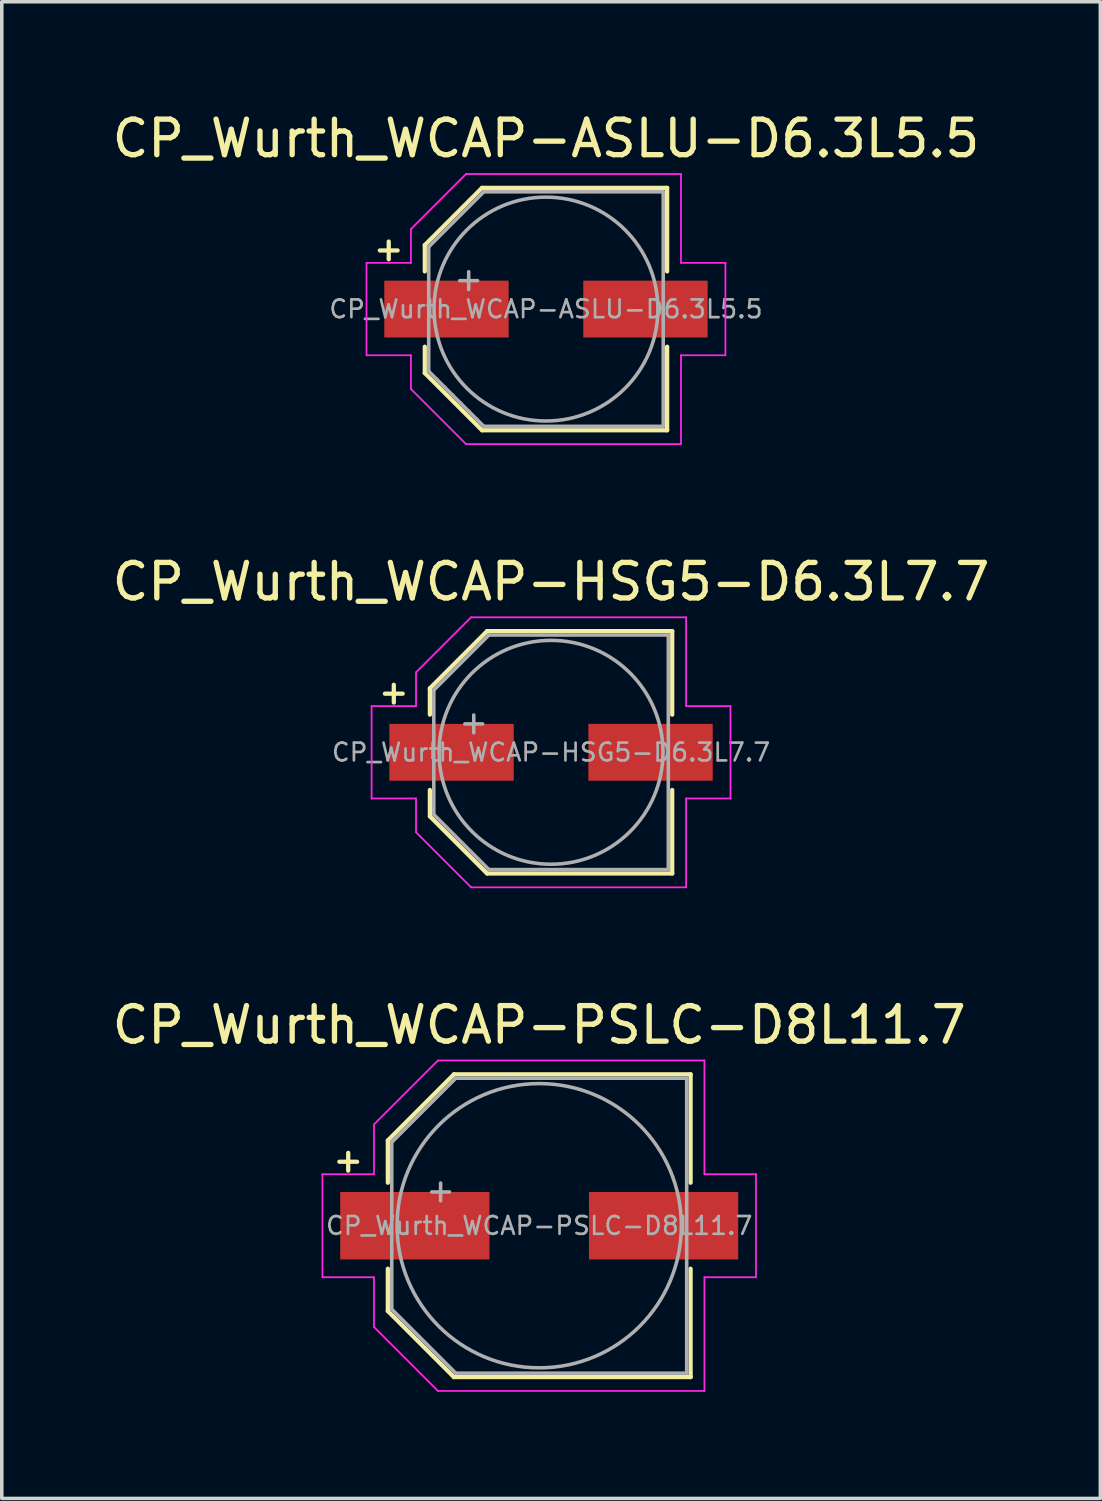
<source format=kicad_pcb>
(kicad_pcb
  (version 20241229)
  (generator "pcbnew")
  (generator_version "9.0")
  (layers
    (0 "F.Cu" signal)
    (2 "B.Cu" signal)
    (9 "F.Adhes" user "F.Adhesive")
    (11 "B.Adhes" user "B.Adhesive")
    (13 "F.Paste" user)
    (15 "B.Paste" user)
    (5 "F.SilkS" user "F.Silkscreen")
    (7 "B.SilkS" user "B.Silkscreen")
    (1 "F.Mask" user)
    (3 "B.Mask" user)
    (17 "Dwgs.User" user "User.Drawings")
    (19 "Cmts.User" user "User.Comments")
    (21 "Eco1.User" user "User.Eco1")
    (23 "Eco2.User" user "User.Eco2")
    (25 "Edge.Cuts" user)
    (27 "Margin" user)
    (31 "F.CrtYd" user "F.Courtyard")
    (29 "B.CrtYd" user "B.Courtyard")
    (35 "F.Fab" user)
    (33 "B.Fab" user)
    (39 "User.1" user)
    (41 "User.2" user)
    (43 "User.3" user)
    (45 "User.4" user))
  (footprint "CP_Wurth_WCAP-PSLC-D8L11.7"
    (layer "F.Cu")
    (at 12.125 31.445)
    (property "Reference" "CP_Wurth_WCAP-PSLC-D8L11.7" (at 0 -5.65 0) (unlocked yes) (layer "F.SilkS") (effects (font (size 1 1) (thickness 0.15))))
    (attr smd)
    (fp_line (start -5.375 -1.55) (end -5.375 -2.05) (stroke (width 0.12) (type solid)) (layer "F.SilkS"))
    (fp_line (start -5.125 -1.8) (end -5.625 -1.8) (stroke (width 0.12) (type solid)) (layer "F.SilkS"))
    (fp_line (start -4.26 -2.4) (end -4.26 -1.21) (stroke (width 0.12) (type default)) (layer "F.SilkS"))
    (fp_line (start -4.26 -2.4) (end -2.4 -4.26) (stroke (width 0.12) (type default)) (layer "F.SilkS"))
    (fp_line (start -4.26 2.4) (end -4.26 1.21) (stroke (width 0.12) (type default)) (layer "F.SilkS"))
    (fp_line (start -4.26 2.4) (end -2.4 4.26) (stroke (width 0.12) (type default)) (layer "F.SilkS"))
    (fp_line (start -2.4 -4.26) (end 4.26 -4.26) (stroke (width 0.12) (type solid)) (layer "F.SilkS"))
    (fp_line (start -2.4 4.26) (end 4.26 4.26) (stroke (width 0.12) (type solid)) (layer "F.SilkS"))
    (fp_line (start 4.26 -4.26) (end 4.26 -1.21) (stroke (width 0.12) (type default)) (layer "F.SilkS"))
    (fp_line (start 4.26 1.21) (end 4.26 4.26) (stroke (width 0.12) (type default)) (layer "F.SilkS"))
    (fp_line (start -6.1 -1.45) (end -6.1 1.45) (stroke (width 0.05) (type default)) (layer "F.CrtYd"))
    (fp_line (start -6.1 -1.45) (end -4.65 -1.45) (stroke (width 0.05) (type default)) (layer "F.CrtYd"))
    (fp_line (start -6.1 1.45) (end -4.65 1.45) (stroke (width 0.05) (type default)) (layer "F.CrtYd"))
    (fp_line (start -4.65 -2.85) (end -4.65 -1.45) (stroke (width 0.05) (type default)) (layer "F.CrtYd"))
    (fp_line (start -4.65 -2.85) (end -2.85 -4.65) (stroke (width 0.05) (type default)) (layer "F.CrtYd"))
    (fp_line (start -4.65 1.45) (end -4.65 2.85) (stroke (width 0.05) (type default)) (layer "F.CrtYd"))
    (fp_line (start -4.65 2.85) (end -2.85 4.65) (stroke (width 0.05) (type default)) (layer "F.CrtYd"))
    (fp_line (start -2.85 -4.65) (end 4.65 -4.65) (stroke (width 0.05) (type default)) (layer "F.CrtYd"))
    (fp_line (start -2.85 4.65) (end 4.65 4.65) (stroke (width 0.05) (type default)) (layer "F.CrtYd"))
    (fp_line (start 4.65 -4.65) (end 4.65 -1.45) (stroke (width 0.05) (type default)) (layer "F.CrtYd"))
    (fp_line (start 4.65 -1.45) (end 6.1 -1.45) (stroke (width 0.05) (type default)) (layer "F.CrtYd"))
    (fp_line (start 4.65 1.45) (end 4.65 4.65) (stroke (width 0.05) (type default)) (layer "F.CrtYd"))
    (fp_line (start 4.65 1.45) (end 6.1 1.45) (stroke (width 0.05) (type default)) (layer "F.CrtYd"))
    (fp_line (start 6.1 -1.45) (end 6.1 1.45) (stroke (width 0.05) (type default)) (layer "F.CrtYd"))
    (fp_line (start -4.15 -2.35) (end -2.35 -4.15) (stroke (width 0.1) (type default)) (layer "F.Fab"))
    (fp_line (start -4.15 2.35) (end -4.15 -2.35) (stroke (width 0.1) (type default)) (layer "F.Fab"))
    (fp_line (start -2.775 -0.7) (end -2.775 -1.2) (stroke (width 0.1) (type default)) (layer "F.Fab"))
    (fp_line (start -2.525 -0.95) (end -3.025 -0.95) (stroke (width 0.1) (type default)) (layer "F.Fab"))
    (fp_line (start -2.35 -4.15) (end 4.15 -4.15) (stroke (width 0.1) (type default)) (layer "F.Fab"))
    (fp_line (start -2.35 4.15) (end -4.15 2.35) (stroke (width 0.1) (type default)) (layer "F.Fab"))
    (fp_line (start 4.15 -4.15) (end 4.15 4.15) (stroke (width 0.1) (type default)) (layer "F.Fab"))
    (fp_line (start 4.15 4.15) (end -2.35 4.15) (stroke (width 0.1) (type default)) (layer "F.Fab"))
    (fp_circle (center 0 0) (end 4 0) (stroke (width 0.1) (type default)) (fill no) (layer "F.Fab"))
    (fp_text user "${REFERENCE}" (at 0 0 0) (unlocked yes) (layer "F.Fab") (effects (font (size 0.5 0.5) (thickness 0.075))))
    (pad "1" smd rect (at -3.5 0) (size 4.2 1.9) (layers "F.Cu" "F.Mask" "F.Paste"))
    (pad "2" smd rect (at 3.5 0) (size 4.2 1.9) (layers "F.Cu" "F.Mask" "F.Paste")))
  (footprint "CP_Wurth_WCAP-ASLU-D6.3L5.5"
    (layer "F.Cu")
    (at 12.315 5.648)
    (property "Reference" "CP_Wurth_WCAP-ASLU-D6.3L5.5" (at 0 -4.8 0) (unlocked yes) (layer "F.SilkS") (effects (font (size 1 1) (thickness 0.15))))
    (attr smd)
    (fp_line (start -4.425 -1.4) (end -4.425 -1.9) (stroke (width 0.12) (type solid)) (layer "F.SilkS"))
    (fp_line (start -4.175 -1.65) (end -4.675 -1.65) (stroke (width 0.12) (type solid)) (layer "F.SilkS"))
    (fp_line (start -3.41 -1.8) (end -3.41 -1.06) (stroke (width 0.12) (type default)) (layer "F.SilkS"))
    (fp_line (start -3.41 -1.8) (end -1.8 -3.41) (stroke (width 0.12) (type default)) (layer "F.SilkS"))
    (fp_line (start -3.41 1.8) (end -3.41 1.06) (stroke (width 0.12) (type default)) (layer "F.SilkS"))
    (fp_line (start -3.41 1.8) (end -1.8 3.41) (stroke (width 0.12) (type default)) (layer "F.SilkS"))
    (fp_line (start -1.8 -3.41) (end 3.41 -3.41) (stroke (width 0.12) (type solid)) (layer "F.SilkS"))
    (fp_line (start -1.8 3.41) (end 3.41 3.41) (stroke (width 0.12) (type solid)) (layer "F.SilkS"))
    (fp_line (start 3.41 -3.41) (end 3.41 -1.06) (stroke (width 0.12) (type default)) (layer "F.SilkS"))
    (fp_line (start 3.41 1.06) (end 3.41 3.41) (stroke (width 0.12) (type default)) (layer "F.SilkS"))
    (fp_line (start -5.05 -1.3) (end -5.05 1.3) (stroke (width 0.05) (type default)) (layer "F.CrtYd"))
    (fp_line (start -5.05 -1.3) (end -3.8 -1.3) (stroke (width 0.05) (type default)) (layer "F.CrtYd"))
    (fp_line (start -5.05 1.3) (end -3.8 1.3) (stroke (width 0.05) (type default)) (layer "F.CrtYd"))
    (fp_line (start -3.8 -2.25) (end -3.8 -1.3) (stroke (width 0.05) (type default)) (layer "F.CrtYd"))
    (fp_line (start -3.8 -2.25) (end -2.25 -3.8) (stroke (width 0.05) (type default)) (layer "F.CrtYd"))
    (fp_line (start -3.8 1.3) (end -3.8 2.25) (stroke (width 0.05) (type default)) (layer "F.CrtYd"))
    (fp_line (start -3.8 2.25) (end -2.25 3.8) (stroke (width 0.05) (type default)) (layer "F.CrtYd"))
    (fp_line (start -2.25 -3.8) (end 3.8 -3.8) (stroke (width 0.05) (type default)) (layer "F.CrtYd"))
    (fp_line (start -2.25 3.8) (end 3.8 3.8) (stroke (width 0.05) (type default)) (layer "F.CrtYd"))
    (fp_line (start 3.8 -3.8) (end 3.8 -1.3) (stroke (width 0.05) (type default)) (layer "F.CrtYd"))
    (fp_line (start 3.8 -1.3) (end 5.05 -1.3) (stroke (width 0.05) (type default)) (layer "F.CrtYd"))
    (fp_line (start 3.8 1.3) (end 3.8 3.8) (stroke (width 0.05) (type default)) (layer "F.CrtYd"))
    (fp_line (start 3.8 1.3) (end 5.05 1.3) (stroke (width 0.05) (type default)) (layer "F.CrtYd"))
    (fp_line (start 5.05 -1.3) (end 5.05 1.3) (stroke (width 0.05) (type default)) (layer "F.CrtYd"))
    (fp_line (start -3.3 -1.75) (end -1.75 -3.3) (stroke (width 0.1) (type default)) (layer "F.Fab"))
    (fp_line (start -3.3 1.75) (end -3.3 -1.75) (stroke (width 0.1) (type default)) (layer "F.Fab"))
    (fp_line (start -2.175 -0.55) (end -2.175 -1.05) (stroke (width 0.1) (type default)) (layer "F.Fab"))
    (fp_line (start -1.925 -0.8) (end -2.425 -0.8) (stroke (width 0.1) (type default)) (layer "F.Fab"))
    (fp_line (start -1.75 -3.3) (end 3.3 -3.3) (stroke (width 0.1) (type default)) (layer "F.Fab"))
    (fp_line (start -1.75 3.3) (end -3.3 1.75) (stroke (width 0.1) (type default)) (layer "F.Fab"))
    (fp_line (start 3.3 -3.3) (end 3.3 3.3) (stroke (width 0.1) (type default)) (layer "F.Fab"))
    (fp_line (start 3.3 3.3) (end -1.75 3.3) (stroke (width 0.1) (type default)) (layer "F.Fab"))
    (fp_circle (center 0 0) (end 3.15 0) (stroke (width 0.1) (type default)) (fill no) (layer "F.Fab"))
    (fp_text user "${REFERENCE}" (at 0 0 0) (unlocked yes) (layer "F.Fab") (effects (font (size 0.5 0.5) (thickness 0.075))))
    (pad "1" smd rect (at -2.8 0) (size 3.5 1.6) (layers "F.Cu" "F.Mask" "F.Paste"))
    (pad "2" smd rect (at 2.8 0) (size 3.5 1.6) (layers "F.Cu" "F.Mask" "F.Paste")))
  (footprint "CP_Wurth_WCAP-HSG5-D6.3L7.7"
    (layer "F.Cu")
    (at 12.458 18.122)
    (property "Reference" "CP_Wurth_WCAP-HSG5-D6.3L7.7" (at 0 -4.8 0) (unlocked yes) (layer "F.SilkS") (effects (font (size 1 1) (thickness 0.15))))
    (attr smd)
    (fp_line (start -4.425 -1.4) (end -4.425 -1.9) (stroke (width 0.12) (type solid)) (layer "F.SilkS"))
    (fp_line (start -4.175 -1.65) (end -4.675 -1.65) (stroke (width 0.12) (type solid)) (layer "F.SilkS"))
    (fp_line (start -3.41 -1.8) (end -3.41 -1.06) (stroke (width 0.12) (type default)) (layer "F.SilkS"))
    (fp_line (start -3.41 -1.8) (end -1.8 -3.41) (stroke (width 0.12) (type default)) (layer "F.SilkS"))
    (fp_line (start -3.41 1.8) (end -3.41 1.06) (stroke (width 0.12) (type default)) (layer "F.SilkS"))
    (fp_line (start -3.41 1.8) (end -1.8 3.41) (stroke (width 0.12) (type default)) (layer "F.SilkS"))
    (fp_line (start -1.8 -3.41) (end 3.41 -3.41) (stroke (width 0.12) (type solid)) (layer "F.SilkS"))
    (fp_line (start -1.8 3.41) (end 3.41 3.41) (stroke (width 0.12) (type solid)) (layer "F.SilkS"))
    (fp_line (start 3.41 -3.41) (end 3.41 -1.06) (stroke (width 0.12) (type default)) (layer "F.SilkS"))
    (fp_line (start 3.41 1.06) (end 3.41 3.41) (stroke (width 0.12) (type default)) (layer "F.SilkS"))
    (fp_line (start -5.05 -1.3) (end -5.05 1.3) (stroke (width 0.05) (type default)) (layer "F.CrtYd"))
    (fp_line (start -5.05 -1.3) (end -3.8 -1.3) (stroke (width 0.05) (type default)) (layer "F.CrtYd"))
    (fp_line (start -5.05 1.3) (end -3.8 1.3) (stroke (width 0.05) (type default)) (layer "F.CrtYd"))
    (fp_line (start -3.8 -2.25) (end -3.8 -1.3) (stroke (width 0.05) (type default)) (layer "F.CrtYd"))
    (fp_line (start -3.8 -2.25) (end -2.25 -3.8) (stroke (width 0.05) (type default)) (layer "F.CrtYd"))
    (fp_line (start -3.8 1.3) (end -3.8 2.25) (stroke (width 0.05) (type default)) (layer "F.CrtYd"))
    (fp_line (start -3.8 2.25) (end -2.25 3.8) (stroke (width 0.05) (type default)) (layer "F.CrtYd"))
    (fp_line (start -2.25 -3.8) (end 3.8 -3.8) (stroke (width 0.05) (type default)) (layer "F.CrtYd"))
    (fp_line (start -2.25 3.8) (end 3.8 3.8) (stroke (width 0.05) (type default)) (layer "F.CrtYd"))
    (fp_line (start 3.8 -3.8) (end 3.8 -1.3) (stroke (width 0.05) (type default)) (layer "F.CrtYd"))
    (fp_line (start 3.8 -1.3) (end 5.05 -1.3) (stroke (width 0.05) (type default)) (layer "F.CrtYd"))
    (fp_line (start 3.8 1.3) (end 3.8 3.8) (stroke (width 0.05) (type default)) (layer "F.CrtYd"))
    (fp_line (start 3.8 1.3) (end 5.05 1.3) (stroke (width 0.05) (type default)) (layer "F.CrtYd"))
    (fp_line (start 5.05 -1.3) (end 5.05 1.3) (stroke (width 0.05) (type default)) (layer "F.CrtYd"))
    (fp_line (start -3.3 -1.75) (end -1.75 -3.3) (stroke (width 0.1) (type default)) (layer "F.Fab"))
    (fp_line (start -3.3 1.75) (end -3.3 -1.75) (stroke (width 0.1) (type default)) (layer "F.Fab"))
    (fp_line (start -2.175 -0.55) (end -2.175 -1.05) (stroke (width 0.1) (type default)) (layer "F.Fab"))
    (fp_line (start -1.925 -0.8) (end -2.425 -0.8) (stroke (width 0.1) (type default)) (layer "F.Fab"))
    (fp_line (start -1.75 -3.3) (end 3.3 -3.3) (stroke (width 0.1) (type default)) (layer "F.Fab"))
    (fp_line (start -1.75 3.3) (end -3.3 1.75) (stroke (width 0.1) (type default)) (layer "F.Fab"))
    (fp_line (start 3.3 -3.3) (end 3.3 3.3) (stroke (width 0.1) (type default)) (layer "F.Fab"))
    (fp_line (start 3.3 3.3) (end -1.75 3.3) (stroke (width 0.1) (type default)) (layer "F.Fab"))
    (fp_circle (center 0 0) (end 3.15 0) (stroke (width 0.1) (type default)) (fill no) (layer "F.Fab"))
    (fp_text user "${REFERENCE}" (at 0 0 0) (unlocked yes) (layer "F.Fab") (effects (font (size 0.5 0.5) (thickness 0.075))))
    (pad "1" smd rect (at -2.8 0) (size 3.5 1.6) (layers "F.Cu" "F.Mask" "F.Paste"))
    (pad "2" smd rect (at 2.8 0) (size 3.5 1.6) (layers "F.Cu" "F.Mask" "F.Paste")))
  (gr_rect
    (start -3 -3)
    (end 27.917 39.12)
    (stroke (width 0.1) (type default))
    (fill no)
    (layer "Edge.Cuts")))
</source>
